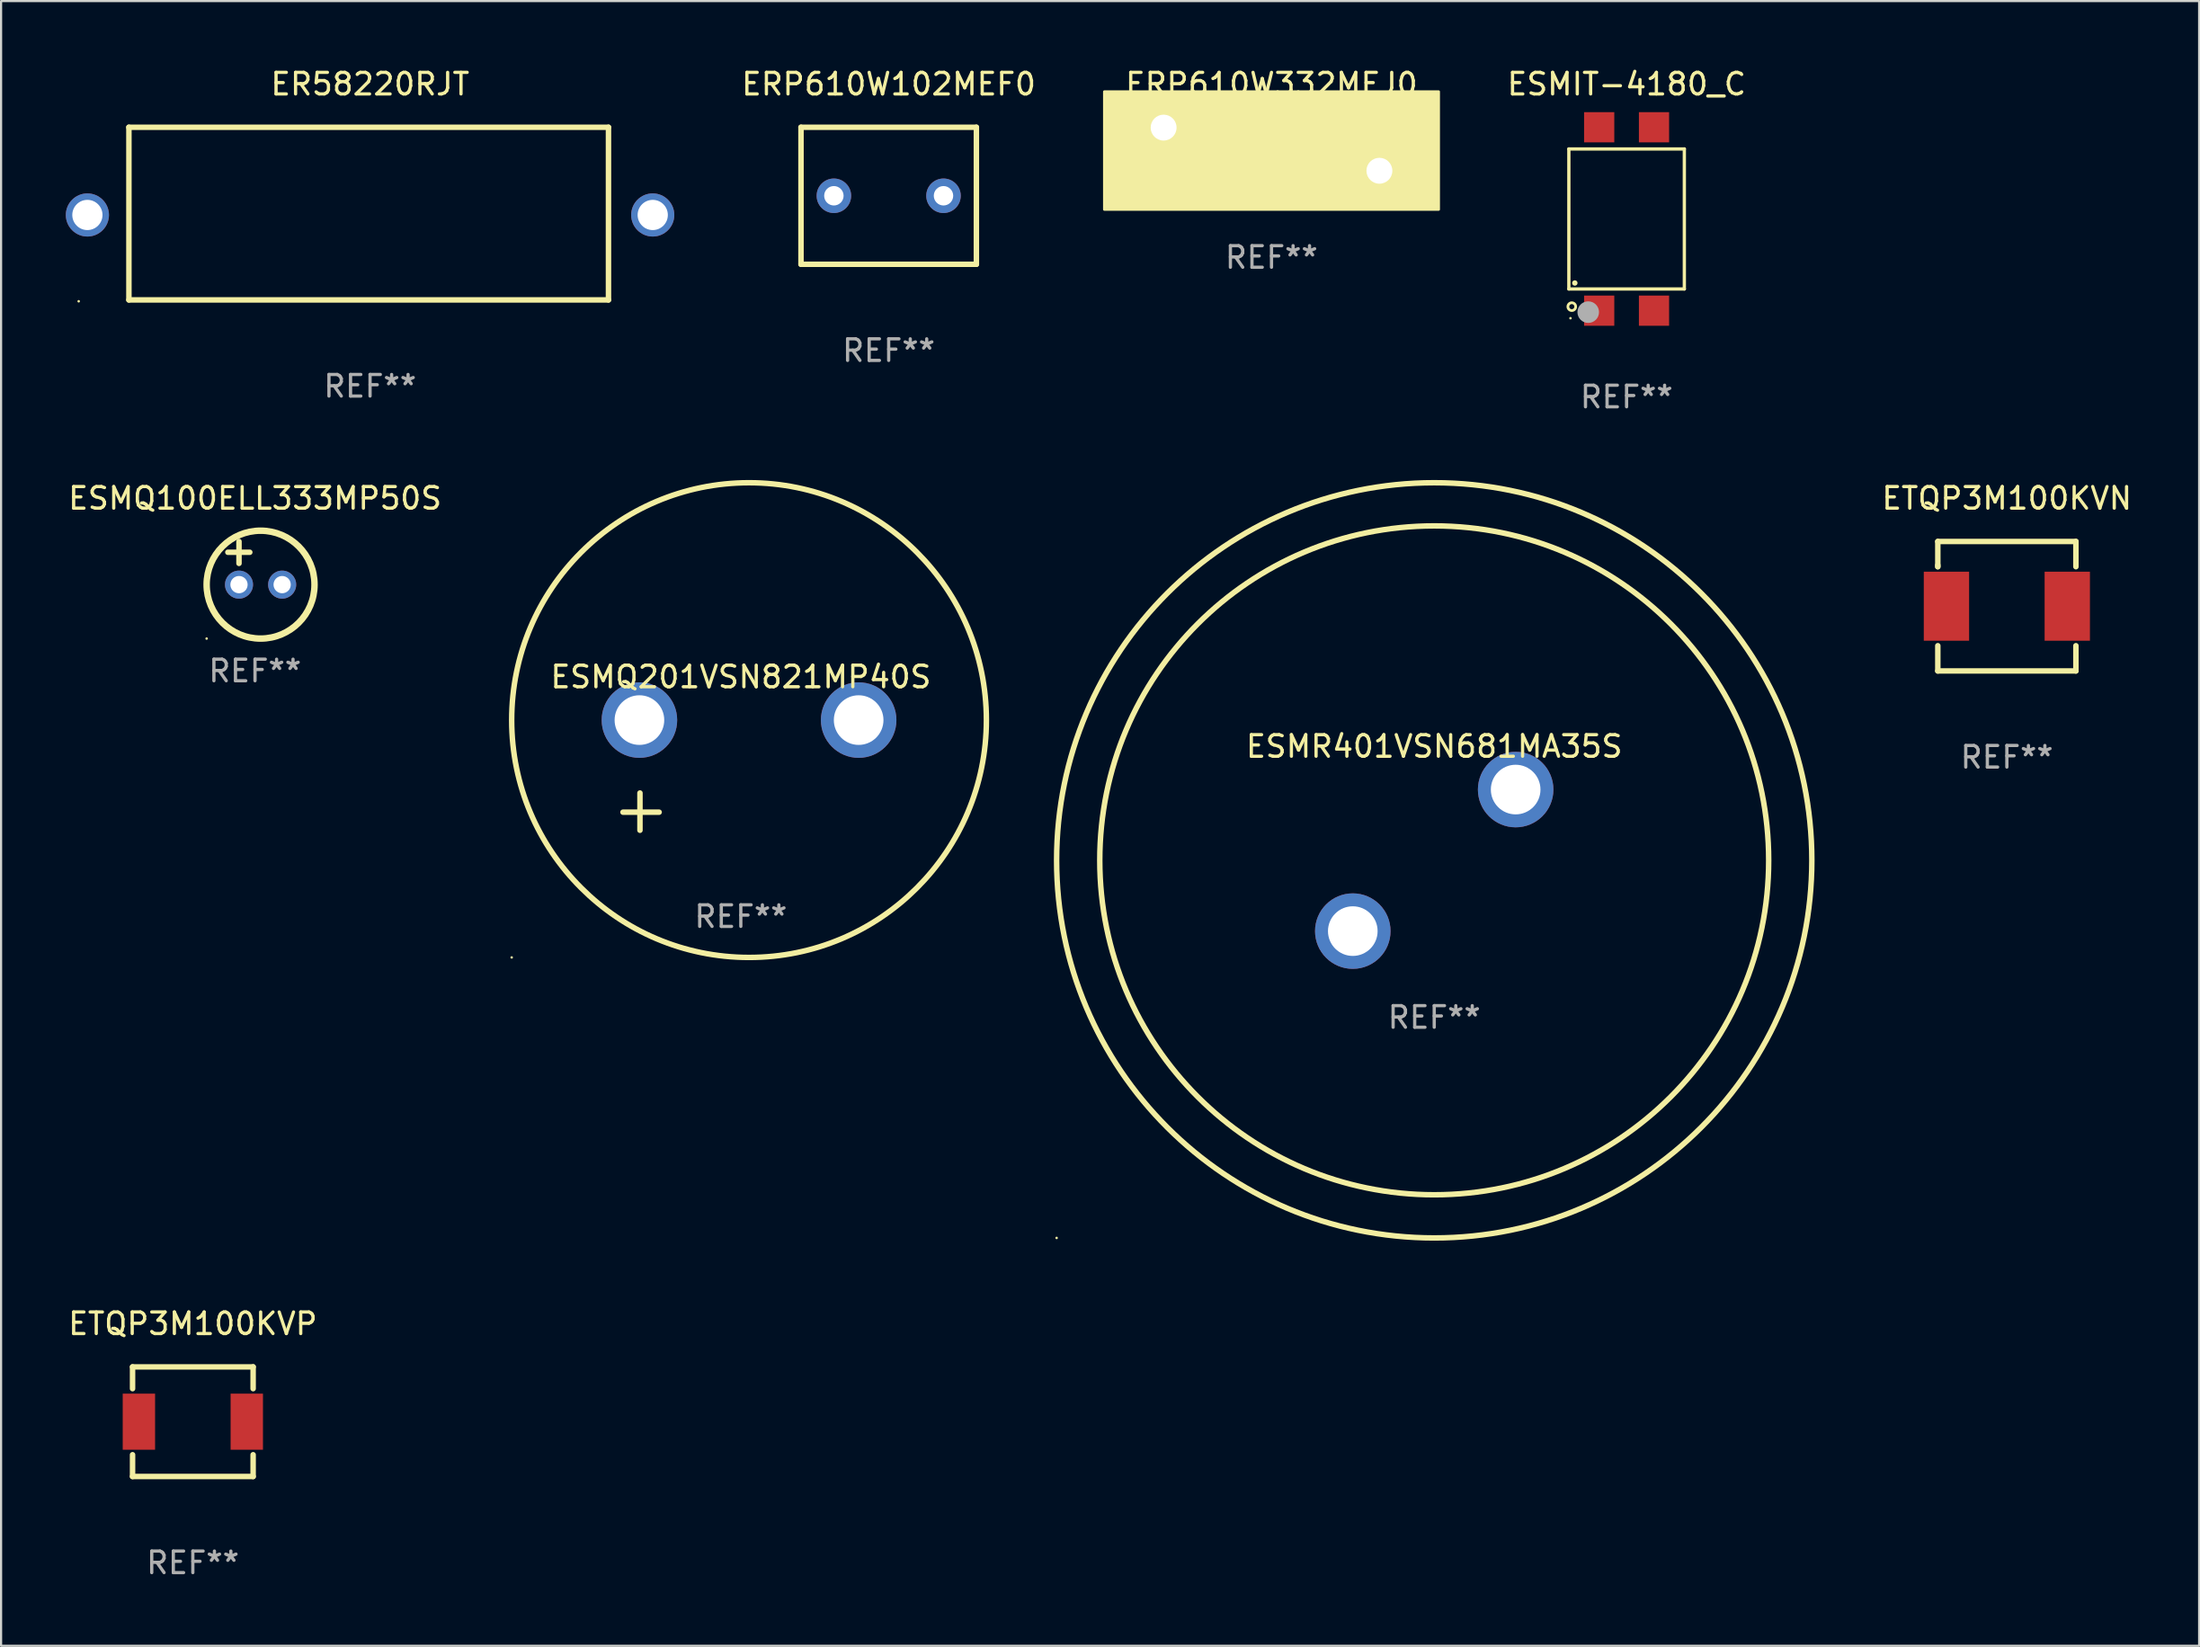
<source format=kicad_pcb>
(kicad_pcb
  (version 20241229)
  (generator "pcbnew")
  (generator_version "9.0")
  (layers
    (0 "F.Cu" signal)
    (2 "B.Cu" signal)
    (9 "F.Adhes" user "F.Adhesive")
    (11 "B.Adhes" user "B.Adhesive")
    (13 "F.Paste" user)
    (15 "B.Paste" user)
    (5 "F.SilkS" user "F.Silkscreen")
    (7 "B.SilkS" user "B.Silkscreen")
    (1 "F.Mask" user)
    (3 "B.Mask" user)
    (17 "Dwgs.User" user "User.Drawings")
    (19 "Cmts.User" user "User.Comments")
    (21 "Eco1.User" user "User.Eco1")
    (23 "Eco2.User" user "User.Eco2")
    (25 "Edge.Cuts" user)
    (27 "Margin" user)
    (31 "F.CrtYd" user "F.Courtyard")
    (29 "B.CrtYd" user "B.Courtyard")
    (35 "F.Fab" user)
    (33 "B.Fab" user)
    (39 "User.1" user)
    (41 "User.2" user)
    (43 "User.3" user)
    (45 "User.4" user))
  (footprint "ESMR401VSN681MA35S"
    (layer "F.Cu")
    (at 63.417 36.823)
    (property "Reference" "ESMR401VSN681MA35S" (at 0 -5.28 0) (layer "F.SilkS") (effects (font (size 1 1) (thickness 0.15))))
    (attr through_hole)
    (fp_circle (center -17.5 17.5) (end -17.47 17.5) (stroke (width 0.06) (type solid)) (fill no) (layer "F.SilkS"))
    (fp_circle (center 0.000127 0) (end 15.5 0) (stroke (width 0.254) (type solid)) (fill no) (layer "F.SilkS"))
    (fp_circle (center 0.000127 0) (end 17.5 0) (stroke (width 0.254) (type solid)) (fill no) (layer "F.SilkS"))
    (fp_text user "-" (at 3.792 -0.019 0) (layer "B.Mask") (effects (font (size 1 1) (thickness 0.15))))
    (fp_text user "+" (at -2.209 6.481 0) (layer "B.Mask") (effects (font (size 1 1) (thickness 0.15))))
    (fp_text user "REF**" (at 0 7.28 0) (layer "F.Fab") (effects (font (size 1 1) (thickness 0.15))))
    (pad "1" thru_hole circle (at -3.774 3.28) (size 3.5 3.5) (drill 2.3) (layers "*.Cu" "*.Mask"))
    (pad "2" thru_hole circle (at 3.774 -3.28) (size 3.5 3.5) (drill 2.3) (layers "*.Cu" "*.Mask")))
  (footprint "ESMQ100ELL333MP50S"
    (layer "F.Cu")
    (at 8.768 23.045)
    (property "Reference" "ESMQ100ELL333MP50S" (at 0 -3 0) (layer "F.SilkS") (effects (font (size 1 1) (thickness 0.15))))
    (attr through_hole)
    (fp_line (start -1.258 -0.5) (end -0.242 -0.5) (stroke (width 0.254) (type solid)) (layer "F.SilkS"))
    (fp_line (start -0.742 -1) (end -0.742 0.016) (stroke (width 0.254) (type solid)) (layer "F.SilkS"))
    (fp_circle (center -2.242 3.5) (end -2.212 3.5) (stroke (width 0.06) (type solid)) (fill no) (layer "F.SilkS"))
    (fp_circle (center 0.258 1) (end 2.758 1) (stroke (width 0.3) (type solid)) (fill no) (layer "F.SilkS"))
    (fp_text user "REF**" (at 0 5 0) (layer "F.Fab") (effects (font (size 1 1) (thickness 0.15))))
    (pad "1" thru_hole circle (at -0.742 1) (size 1.3 1.3) (drill 0.8) (layers "*.Cu" "*.Mask"))
    (pad "2" thru_hole circle (at 1.258 1) (size 1.3 1.3) (drill 0.8) (layers "*.Cu" "*.Mask")))
  (footprint "ETQP3M100KVN"
    (layer "F.Cu")
    (at 89.955 25.045)
    (property "Reference" "ETQP3M100KVN" (at 0 -5 0) (layer "F.SilkS") (effects (font (size 1 1) (thickness 0.15))))
    (attr through_hole)
    (fp_line (start -3.2 -3) (end 3.2 -3) (stroke (width 0.254) (type solid)) (layer "F.SilkS"))
    (fp_line (start -3.2 -1.831) (end -3.2 -3) (stroke (width 0.254) (type solid)) (layer "F.SilkS"))
    (fp_line (start -3.2 -1.831) (end -3.2 -1.9) (stroke (width 0.254) (type solid)) (layer "F.SilkS"))
    (fp_line (start -3.2 3) (end -3.2 1.831) (stroke (width 0.254) (type solid)) (layer "F.SilkS"))
    (fp_line (start 3.2 -3) (end 3.2 -1.831) (stroke (width 0.254) (type solid)) (layer "F.SilkS"))
    (fp_line (start 3.2 1.831) (end 3.2 3) (stroke (width 0.254) (type solid)) (layer "F.SilkS"))
    (fp_line (start 3.2 3) (end -3.2 3) (stroke (width 0.254) (type solid)) (layer "F.SilkS"))
    (fp_circle (center -3.2 3) (end -3.17 3) (stroke (width 0.06) (type solid)) (fill no) (layer "F.SilkS"))
    (fp_text user "REF**" (at 0 7 0) (layer "F.Fab") (effects (font (size 1 1) (thickness 0.15))))
    (pad "1" smd rect (at -2.8 0) (size 2.1 3.2) (layers "F.Cu" "F.Mask" "F.Paste"))
    (pad "2" smd rect (at 2.8 0) (size 2.1 3.2) (layers "F.Cu" "F.Mask" "F.Paste")))
  (footprint "ESMIT-4180_C"
    (layer "F.Cu")
    (at 72.332 7.098)
    (property "Reference" "ESMIT-4180_C" (at 0 -6.25 0) (layer "F.SilkS") (effects (font (size 1 1) (thickness 0.15))))
    (attr through_hole)
    (fp_line (start -2.676 -3.245) (end 2.676 -3.245) (stroke (width 0.152) (type solid)) (layer "F.SilkS"))
    (fp_line (start -2.676 3.245) (end -2.676 -3.245) (stroke (width 0.152) (type solid)) (layer "F.SilkS"))
    (fp_line (start 2.676 -3.245) (end 2.676 3.245) (stroke (width 0.152) (type solid)) (layer "F.SilkS"))
    (fp_line (start 2.676 3.245) (end -2.676 3.245) (stroke (width 0.152) (type solid)) (layer "F.SilkS"))
    (fp_circle (center -2.6 4.6) (end -2.57 4.6) (stroke (width 0.06) (type solid)) (fill no) (layer "F.SilkS"))
    (fp_circle (center -2.54 4.064) (end -2.359 4.064) (stroke (width 0.125) (type solid)) (fill no) (layer "F.SilkS"))
    (fp_circle (center -2.399 2.968) (end -2.336 2.968) (stroke (width 0.125) (type solid)) (fill no) (layer "F.SilkS"))
    (fp_circle (center -1.778 4.318) (end -1.528 4.318) (stroke (width 0.5) (type solid)) (fill no) (layer "F.Fab"))
    (fp_text user "REF**" (at 0 8.25 0) (layer "F.Fab") (effects (font (size 1 1) (thickness 0.15))))
    (pad "1" smd rect (at -1.27 4.25) (size 1.4 1.4) (layers "F.Cu" "F.Mask" "F.Paste"))
    (pad "2" smd rect (at 1.27 4.25) (size 1.4 1.4) (layers "F.Cu" "F.Mask" "F.Paste"))
    (pad "3" smd rect (at 1.27 -4.25) (size 1.4 1.4) (layers "F.Cu" "F.Mask" "F.Paste"))
    (pad "4" smd rect (at -1.27 -4.25) (size 1.4 1.4) (layers "F.Cu" "F.Mask" "F.Paste")))
  (footprint "ETQP3M100KVP"
    (layer "F.Cu")
    (at 5.887 62.839)
    (property "Reference" "ETQP3M100KVP" (at 0 -4.54 0) (layer "F.SilkS") (effects (font (size 1 1) (thickness 0.15))))
    (attr through_hole)
    (fp_line (start -2.794 -2.54) (end 2.794 -2.54) (stroke (width 0.254) (type solid)) (layer "F.SilkS"))
    (fp_line (start -2.794 -1.531) (end -2.794 -2.54) (stroke (width 0.254) (type solid)) (layer "F.SilkS"))
    (fp_line (start -2.794 2.54) (end -2.794 1.531) (stroke (width 0.254) (type solid)) (layer "F.SilkS"))
    (fp_line (start 2.794 -2.54) (end 2.794 -1.531) (stroke (width 0.254) (type solid)) (layer "F.SilkS"))
    (fp_line (start 2.794 1.531) (end 2.794 2.54) (stroke (width 0.254) (type solid)) (layer "F.SilkS"))
    (fp_line (start 2.794 2.54) (end -2.794 2.54) (stroke (width 0.254) (type solid)) (layer "F.SilkS"))
    (fp_circle (center -2.751 2.5) (end -2.721 2.5) (stroke (width 0.06) (type solid)) (fill no) (layer "F.SilkS"))
    (fp_text user "REF**" (at 0 6.54 0) (layer "F.Fab") (effects (font (size 1 1) (thickness 0.15))))
    (pad "1" smd rect (at -2.5 0 90) (size 2.6 1.5) (layers "F.Cu" "F.Mask" "F.Paste"))
    (pad "2" smd rect (at 2.5 0 90) (size 2.6 1.5) (layers "F.Cu" "F.Mask" "F.Paste")))
  (footprint "ER58220RJT"
    (layer "F.Cu")
    (at 14.1 6.849)
    (property "Reference" "ER58220RJT" (at 0 -6.001 0) (layer "F.SilkS") (effects (font (size 1 1) (thickness 0.15))))
    (attr through_hole)
    (fp_line (start -11.176 -4.001) (end -11.176 4.001) (stroke (width 0.254) (type solid)) (layer "F.SilkS"))
    (fp_line (start -11.176 4.001) (end 11.049 4.001) (stroke (width 0.254) (type solid)) (layer "F.SilkS"))
    (fp_line (start 11.049 -4.001) (end -11.176 -4.001) (stroke (width 0.254) (type solid)) (layer "F.SilkS"))
    (fp_line (start 11.049 4.001) (end 11.049 -4.001) (stroke (width 0.254) (type solid)) (layer "F.SilkS"))
    (fp_circle (center -13.503 4.064) (end -13.473 4.064) (stroke (width 0.06) (type solid)) (fill no) (layer "F.SilkS"))
    (fp_text user "REF**" (at 0 8.001 0) (layer "F.Fab") (effects (font (size 1 1) (thickness 0.15))))
    (pad "1" thru_hole circle (at -13.1 0.064) (size 2 2) (drill 1.4) (layers "*.Cu" "*.Mask"))
    (pad "2" thru_hole circle (at 13.1 0.064) (size 2 2) (drill 1.4) (layers "*.Cu" "*.Mask")))
  (footprint "ERP610W102MEF0"
    (layer "F.Cu")
    (at 38.135 6.023)
    (property "Reference" "ERP610W102MEF0" (at 0 -5.175 0) (layer "F.SilkS") (effects (font (size 1 1) (thickness 0.15))))
    (attr through_hole)
    (fp_line (start -4.064 -3.175) (end 4.064 -3.175) (stroke (width 0.254) (type solid)) (layer "F.SilkS"))
    (fp_line (start -4.064 3.175) (end -4.064 -3.175) (stroke (width 0.254) (type solid)) (layer "F.SilkS"))
    (fp_line (start 4.064 -3.175) (end 4.064 3.175) (stroke (width 0.254) (type solid)) (layer "F.SilkS"))
    (fp_line (start 4.064 3.175) (end -4.064 3.175) (stroke (width 0.254) (type solid)) (layer "F.SilkS"))
    (fp_circle (center -4.065 3.175) (end -4.035 3.175) (stroke (width 0.06) (type solid)) (fill no) (layer "F.SilkS"))
    (fp_text user "REF**" (at 0 7.175 0) (layer "F.Fab") (effects (font (size 1 1) (thickness 0.15))))
    (pad "1" thru_hole circle (at -2.54 0) (size 1.6 1.6) (drill 0.9) (layers "*.Cu" "*.Mask"))
    (pad "2" thru_hole circle (at 2.54 0) (size 1.6 1.6) (drill 0.9) (layers "*.Cu" "*.Mask")))
  (footprint "ESMQ201VSN821MP40S"
    (layer "F.Cu")
    (at 31.282 32.876)
    (property "Reference" "ESMQ201VSN821MP40S" (at 0 -4.553 0) (layer "F.SilkS") (effects (font (size 1 1) (thickness 0.15))))
    (attr through_hole)
    (fp_line (start -4.674 2.553) (end -4.674 0.826) (stroke (width 0.254) (type solid)) (layer "F.SilkS"))
    (fp_line (start -3.785 1.715) (end -5.461 1.715) (stroke (width 0.254) (type solid)) (layer "F.SilkS"))
    (fp_circle (center -10.619 8.447) (end -10.589 8.447) (stroke (width 0.06) (type solid)) (fill no) (layer "F.SilkS"))
    (fp_circle (center 0.381 -2.553) (end 11.381 -2.553) (stroke (width 0.254) (type solid)) (fill no) (layer "F.SilkS"))
    (fp_text user "REF**" (at 0 6.553 0) (layer "F.Fab") (effects (font (size 1 1) (thickness 0.15))))
    (pad "1" thru_hole circle (at -4.699 -2.553) (size 3.5 3.5) (drill 2.3) (layers "*.Cu" "*.Mask"))
    (pad "2" thru_hole circle (at 5.461 -2.553) (size 3.5 3.5) (drill 2.3) (layers "*.Cu" "*.Mask")))
  (footprint "ERP610W332MEJ0"
    (layer "F.Cu")
    (at 55.876 3.864)
    (property "Reference" "ERP610W332MEJ0" (at 0 -3.016 0) (layer "F.SilkS") (effects (font (size 1 1) (thickness 0.15))))
    (attr through_hole)
    (fp_line (start -0.381 0) (end -1.421 -0.003) (stroke (width 0.254) (type solid)) (layer "F.SilkS"))
    (fp_line (start -0.254 1.016) (end -0.254 -1.016) (stroke (width 0.254) (type solid)) (layer "F.SilkS"))
    (fp_line (start 0.381 1.016) (end 0.381 -1.016) (stroke (width 0.254) (type solid)) (layer "F.SilkS"))
    (fp_line (start 0.508 0) (end 1.524 0) (stroke (width 0.254) (type solid)) (layer "F.SilkS"))
    (fp_circle (center -7.5 -2.5) (end -7.47 -2.5) (stroke (width 0.06) (type solid)) (fill no) (layer "F.SilkS"))
    (fp_poly (pts (xy -7.747 -2.667) (xy 7.747 -2.667) (xy 7.747 2.794) (xy -7.747 2.794)) (stroke (width 0.12) (type solid)) (fill yes) (layer "F.SilkS"))
    (fp_text user "REF**" (at 0 5.016 0) (layer "F.Fab") (effects (font (size 1 1) (thickness 0.15))))
    (pad "1" thru_hole circle (at -5 -1) (size 2 2) (drill 1.2) (layers "*.Cu" "*.Mask"))
    (pad "2" thru_hole circle (at 5 1) (size 2 2) (drill 1.2) (layers "*.Cu" "*.Mask")))
  (gr_rect
    (start -3 -3)
    (end 98.865 73.227)
    (stroke (width 0.1) (type default))
    (fill no)
    (layer "Edge.Cuts")))
</source>
